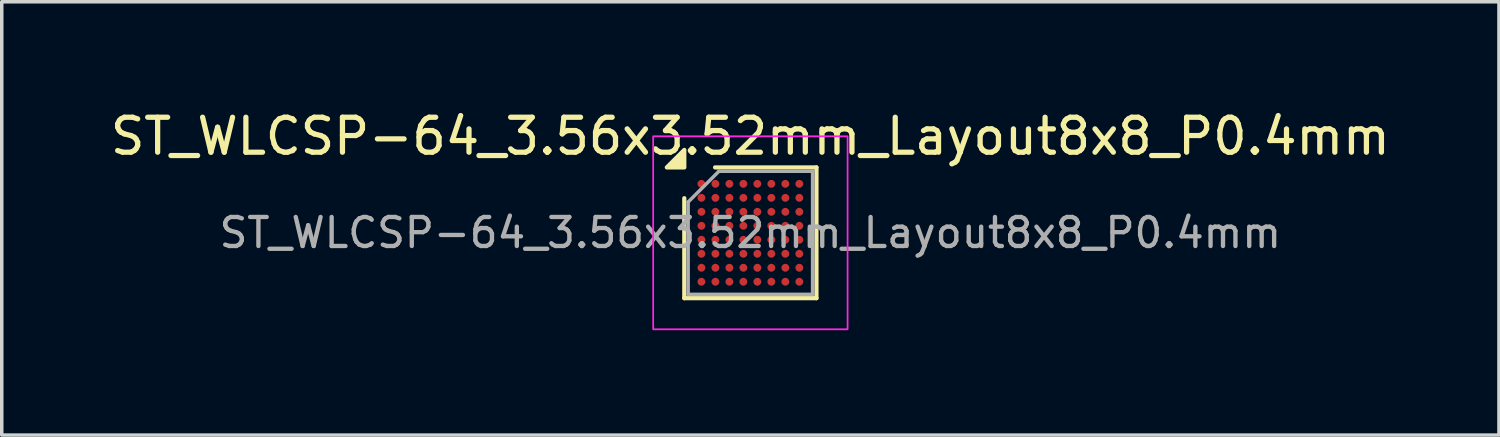
<source format=kicad_pcb>
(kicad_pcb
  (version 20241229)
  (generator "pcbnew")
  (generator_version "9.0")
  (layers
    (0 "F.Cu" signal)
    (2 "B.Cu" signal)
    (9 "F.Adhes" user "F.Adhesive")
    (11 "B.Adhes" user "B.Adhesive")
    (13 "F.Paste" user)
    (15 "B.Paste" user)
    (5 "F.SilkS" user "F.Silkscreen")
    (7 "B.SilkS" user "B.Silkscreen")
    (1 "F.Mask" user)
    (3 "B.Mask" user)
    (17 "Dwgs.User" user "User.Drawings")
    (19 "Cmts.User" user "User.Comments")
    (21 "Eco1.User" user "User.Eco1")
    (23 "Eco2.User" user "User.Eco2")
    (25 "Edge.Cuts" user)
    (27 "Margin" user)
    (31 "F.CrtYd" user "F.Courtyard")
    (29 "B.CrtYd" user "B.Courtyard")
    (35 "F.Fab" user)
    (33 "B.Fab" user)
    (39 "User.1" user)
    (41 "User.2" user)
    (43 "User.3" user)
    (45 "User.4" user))
  (footprint "ST_WLCSP-64_3.56x3.52mm_Layout8x8_P0.4mm"
    (layer "F.Cu")
    (at 18.411 3.608)
    (property "Reference" "ST_WLCSP-64_3.56x3.52mm_Layout8x8_P0.4mm" (at 0 -2.76 0) (layer "F.SilkS") (effects (font (size 1 1) (thickness 0.15))))
    (attr smd)
    (fp_line (start -1.89 1.87) (end -1.89 -0.99) (stroke (width 0.12) (type solid)) (layer "F.SilkS"))
    (fp_line (start -1.01 -1.87) (end 1.89 -1.87) (stroke (width 0.12) (type solid)) (layer "F.SilkS"))
    (fp_line (start 1.89 -1.87) (end 1.89 1.87) (stroke (width 0.12) (type solid)) (layer "F.SilkS"))
    (fp_line (start 1.89 1.87) (end -1.89 1.87) (stroke (width 0.12) (type solid)) (layer "F.SilkS"))
    (fp_poly (pts (xy -1.89 -1.87) (xy -2.39 -1.87) (xy -1.89 -2.37)) (stroke (width 0.12) (type solid)) (fill yes) (layer "F.SilkS"))
    (fp_rect (start -2.78 -2.76) (end 2.78 2.76) (stroke (width 0.05) (type solid)) (fill no) (layer "F.CrtYd"))
    (fp_line (start -1.78 -0.88) (end -0.9 -1.76) (stroke (width 0.1) (type solid)) (layer "F.Fab"))
    (fp_line (start -1.78 1.76) (end -1.78 -0.88) (stroke (width 0.1) (type solid)) (layer "F.Fab"))
    (fp_line (start -0.9 -1.76) (end 1.78 -1.76) (stroke (width 0.1) (type solid)) (layer "F.Fab"))
    (fp_line (start 1.78 -1.76) (end 1.78 1.76) (stroke (width 0.1) (type solid)) (layer "F.Fab"))
    (fp_line (start 1.78 1.76) (end -1.78 1.76) (stroke (width 0.1) (type solid)) (layer "F.Fab"))
    (fp_text user "${REFERENCE}" (at 0 0 0) (layer "F.Fab") (effects (font (size 0.83 0.83) (thickness 0.124))))
    (pad "A1" smd circle (at -1.4 -1.4) (size 0.225 0.225) (property pad_prop_bga) (layers "F.Cu" "F.Mask" "F.Paste"))
    (pad "A2" smd circle (at -1 -1.4) (size 0.225 0.225) (property pad_prop_bga) (layers "F.Cu" "F.Mask" "F.Paste"))
    (pad "A3" smd circle (at -0.6 -1.4) (size 0.225 0.225) (property pad_prop_bga) (layers "F.Cu" "F.Mask" "F.Paste"))
    (pad "A4" smd circle (at -0.2 -1.4) (size 0.225 0.225) (property pad_prop_bga) (layers "F.Cu" "F.Mask" "F.Paste"))
    (pad "A5" smd circle (at 0.2 -1.4) (size 0.225 0.225) (property pad_prop_bga) (layers "F.Cu" "F.Mask" "F.Paste"))
    (pad "A6" smd circle (at 0.6 -1.4) (size 0.225 0.225) (property pad_prop_bga) (layers "F.Cu" "F.Mask" "F.Paste"))
    (pad "A7" smd circle (at 1 -1.4) (size 0.225 0.225) (property pad_prop_bga) (layers "F.Cu" "F.Mask" "F.Paste"))
    (pad "A8" smd circle (at 1.4 -1.4) (size 0.225 0.225) (property pad_prop_bga) (layers "F.Cu" "F.Mask" "F.Paste"))
    (pad "B1" smd circle (at -1.4 -1) (size 0.225 0.225) (property pad_prop_bga) (layers "F.Cu" "F.Mask" "F.Paste"))
    (pad "B2" smd circle (at -1 -1) (size 0.225 0.225) (property pad_prop_bga) (layers "F.Cu" "F.Mask" "F.Paste"))
    (pad "B3" smd circle (at -0.6 -1) (size 0.225 0.225) (property pad_prop_bga) (layers "F.Cu" "F.Mask" "F.Paste"))
    (pad "B4" smd circle (at -0.2 -1) (size 0.225 0.225) (property pad_prop_bga) (layers "F.Cu" "F.Mask" "F.Paste"))
    (pad "B5" smd circle (at 0.2 -1) (size 0.225 0.225) (property pad_prop_bga) (layers "F.Cu" "F.Mask" "F.Paste"))
    (pad "B6" smd circle (at 0.6 -1) (size 0.225 0.225) (property pad_prop_bga) (layers "F.Cu" "F.Mask" "F.Paste"))
    (pad "B7" smd circle (at 1 -1) (size 0.225 0.225) (property pad_prop_bga) (layers "F.Cu" "F.Mask" "F.Paste"))
    (pad "B8" smd circle (at 1.4 -1) (size 0.225 0.225) (property pad_prop_bga) (layers "F.Cu" "F.Mask" "F.Paste"))
    (pad "C1" smd circle (at -1.4 -0.6) (size 0.225 0.225) (property pad_prop_bga) (layers "F.Cu" "F.Mask" "F.Paste"))
    (pad "C2" smd circle (at -1 -0.6) (size 0.225 0.225) (property pad_prop_bga) (layers "F.Cu" "F.Mask" "F.Paste"))
    (pad "C3" smd circle (at -0.6 -0.6) (size 0.225 0.225) (property pad_prop_bga) (layers "F.Cu" "F.Mask" "F.Paste"))
    (pad "C4" smd circle (at -0.2 -0.6) (size 0.225 0.225) (property pad_prop_bga) (layers "F.Cu" "F.Mask" "F.Paste"))
    (pad "C5" smd circle (at 0.2 -0.6) (size 0.225 0.225) (property pad_prop_bga) (layers "F.Cu" "F.Mask" "F.Paste"))
    (pad "C6" smd circle (at 0.6 -0.6) (size 0.225 0.225) (property pad_prop_bga) (layers "F.Cu" "F.Mask" "F.Paste"))
    (pad "C7" smd circle (at 1 -0.6) (size 0.225 0.225) (property pad_prop_bga) (layers "F.Cu" "F.Mask" "F.Paste"))
    (pad "C8" smd circle (at 1.4 -0.6) (size 0.225 0.225) (property pad_prop_bga) (layers "F.Cu" "F.Mask" "F.Paste"))
    (pad "D1" smd circle (at -1.4 -0.2) (size 0.225 0.225) (property pad_prop_bga) (layers "F.Cu" "F.Mask" "F.Paste"))
    (pad "D2" smd circle (at -1 -0.2) (size 0.225 0.225) (property pad_prop_bga) (layers "F.Cu" "F.Mask" "F.Paste"))
    (pad "D3" smd circle (at -0.6 -0.2) (size 0.225 0.225) (property pad_prop_bga) (layers "F.Cu" "F.Mask" "F.Paste"))
    (pad "D4" smd circle (at -0.2 -0.2) (size 0.225 0.225) (property pad_prop_bga) (layers "F.Cu" "F.Mask" "F.Paste"))
    (pad "D5" smd circle (at 0.2 -0.2) (size 0.225 0.225) (property pad_prop_bga) (layers "F.Cu" "F.Mask" "F.Paste"))
    (pad "D6" smd circle (at 0.6 -0.2) (size 0.225 0.225) (property pad_prop_bga) (layers "F.Cu" "F.Mask" "F.Paste"))
    (pad "D7" smd circle (at 1 -0.2) (size 0.225 0.225) (property pad_prop_bga) (layers "F.Cu" "F.Mask" "F.Paste"))
    (pad "D8" smd circle (at 1.4 -0.2) (size 0.225 0.225) (property pad_prop_bga) (layers "F.Cu" "F.Mask" "F.Paste"))
    (pad "E1" smd circle (at -1.4 0.2) (size 0.225 0.225) (property pad_prop_bga) (layers "F.Cu" "F.Mask" "F.Paste"))
    (pad "E2" smd circle (at -1 0.2) (size 0.225 0.225) (property pad_prop_bga) (layers "F.Cu" "F.Mask" "F.Paste"))
    (pad "E3" smd circle (at -0.6 0.2) (size 0.225 0.225) (property pad_prop_bga) (layers "F.Cu" "F.Mask" "F.Paste"))
    (pad "E4" smd circle (at -0.2 0.2) (size 0.225 0.225) (property pad_prop_bga) (layers "F.Cu" "F.Mask" "F.Paste"))
    (pad "E5" smd circle (at 0.2 0.2) (size 0.225 0.225) (property pad_prop_bga) (layers "F.Cu" "F.Mask" "F.Paste"))
    (pad "E6" smd circle (at 0.6 0.2) (size 0.225 0.225) (property pad_prop_bga) (layers "F.Cu" "F.Mask" "F.Paste"))
    (pad "E7" smd circle (at 1 0.2) (size 0.225 0.225) (property pad_prop_bga) (layers "F.Cu" "F.Mask" "F.Paste"))
    (pad "E8" smd circle (at 1.4 0.2) (size 0.225 0.225) (property pad_prop_bga) (layers "F.Cu" "F.Mask" "F.Paste"))
    (pad "F1" smd circle (at -1.4 0.6) (size 0.225 0.225) (property pad_prop_bga) (layers "F.Cu" "F.Mask" "F.Paste"))
    (pad "F2" smd circle (at -1 0.6) (size 0.225 0.225) (property pad_prop_bga) (layers "F.Cu" "F.Mask" "F.Paste"))
    (pad "F3" smd circle (at -0.6 0.6) (size 0.225 0.225) (property pad_prop_bga) (layers "F.Cu" "F.Mask" "F.Paste"))
    (pad "F4" smd circle (at -0.2 0.6) (size 0.225 0.225) (property pad_prop_bga) (layers "F.Cu" "F.Mask" "F.Paste"))
    (pad "F5" smd circle (at 0.2 0.6) (size 0.225 0.225) (property pad_prop_bga) (layers "F.Cu" "F.Mask" "F.Paste"))
    (pad "F6" smd circle (at 0.6 0.6) (size 0.225 0.225) (property pad_prop_bga) (layers "F.Cu" "F.Mask" "F.Paste"))
    (pad "F7" smd circle (at 1 0.6) (size 0.225 0.225) (property pad_prop_bga) (layers "F.Cu" "F.Mask" "F.Paste"))
    (pad "F8" smd circle (at 1.4 0.6) (size 0.225 0.225) (property pad_prop_bga) (layers "F.Cu" "F.Mask" "F.Paste"))
    (pad "G1" smd circle (at -1.4 1) (size 0.225 0.225) (property pad_prop_bga) (layers "F.Cu" "F.Mask" "F.Paste"))
    (pad "G2" smd circle (at -1 1) (size 0.225 0.225) (property pad_prop_bga) (layers "F.Cu" "F.Mask" "F.Paste"))
    (pad "G3" smd circle (at -0.6 1) (size 0.225 0.225) (property pad_prop_bga) (layers "F.Cu" "F.Mask" "F.Paste"))
    (pad "G4" smd circle (at -0.2 1) (size 0.225 0.225) (property pad_prop_bga) (layers "F.Cu" "F.Mask" "F.Paste"))
    (pad "G5" smd circle (at 0.2 1) (size 0.225 0.225) (property pad_prop_bga) (layers "F.Cu" "F.Mask" "F.Paste"))
    (pad "G6" smd circle (at 0.6 1) (size 0.225 0.225) (property pad_prop_bga) (layers "F.Cu" "F.Mask" "F.Paste"))
    (pad "G7" smd circle (at 1 1) (size 0.225 0.225) (property pad_prop_bga) (layers "F.Cu" "F.Mask" "F.Paste"))
    (pad "G8" smd circle (at 1.4 1) (size 0.225 0.225) (property pad_prop_bga) (layers "F.Cu" "F.Mask" "F.Paste"))
    (pad "H1" smd circle (at -1.4 1.4) (size 0.225 0.225) (property pad_prop_bga) (layers "F.Cu" "F.Mask" "F.Paste"))
    (pad "H2" smd circle (at -1 1.4) (size 0.225 0.225) (property pad_prop_bga) (layers "F.Cu" "F.Mask" "F.Paste"))
    (pad "H3" smd circle (at -0.6 1.4) (size 0.225 0.225) (property pad_prop_bga) (layers "F.Cu" "F.Mask" "F.Paste"))
    (pad "H4" smd circle (at -0.2 1.4) (size 0.225 0.225) (property pad_prop_bga) (layers "F.Cu" "F.Mask" "F.Paste"))
    (pad "H5" smd circle (at 0.2 1.4) (size 0.225 0.225) (property pad_prop_bga) (layers "F.Cu" "F.Mask" "F.Paste"))
    (pad "H6" smd circle (at 0.6 1.4) (size 0.225 0.225) (property pad_prop_bga) (layers "F.Cu" "F.Mask" "F.Paste"))
    (pad "H7" smd circle (at 1 1.4) (size 0.225 0.225) (property pad_prop_bga) (layers "F.Cu" "F.Mask" "F.Paste"))
    (pad "H8" smd circle (at 1.4 1.4) (size 0.225 0.225) (property pad_prop_bga) (layers "F.Cu" "F.Mask" "F.Paste")))
  (gr_rect
    (start -3 -3)
    (end 39.821 9.393)
    (stroke (width 0.1) (type default))
    (fill no)
    (layer "Edge.Cuts")))
</source>
